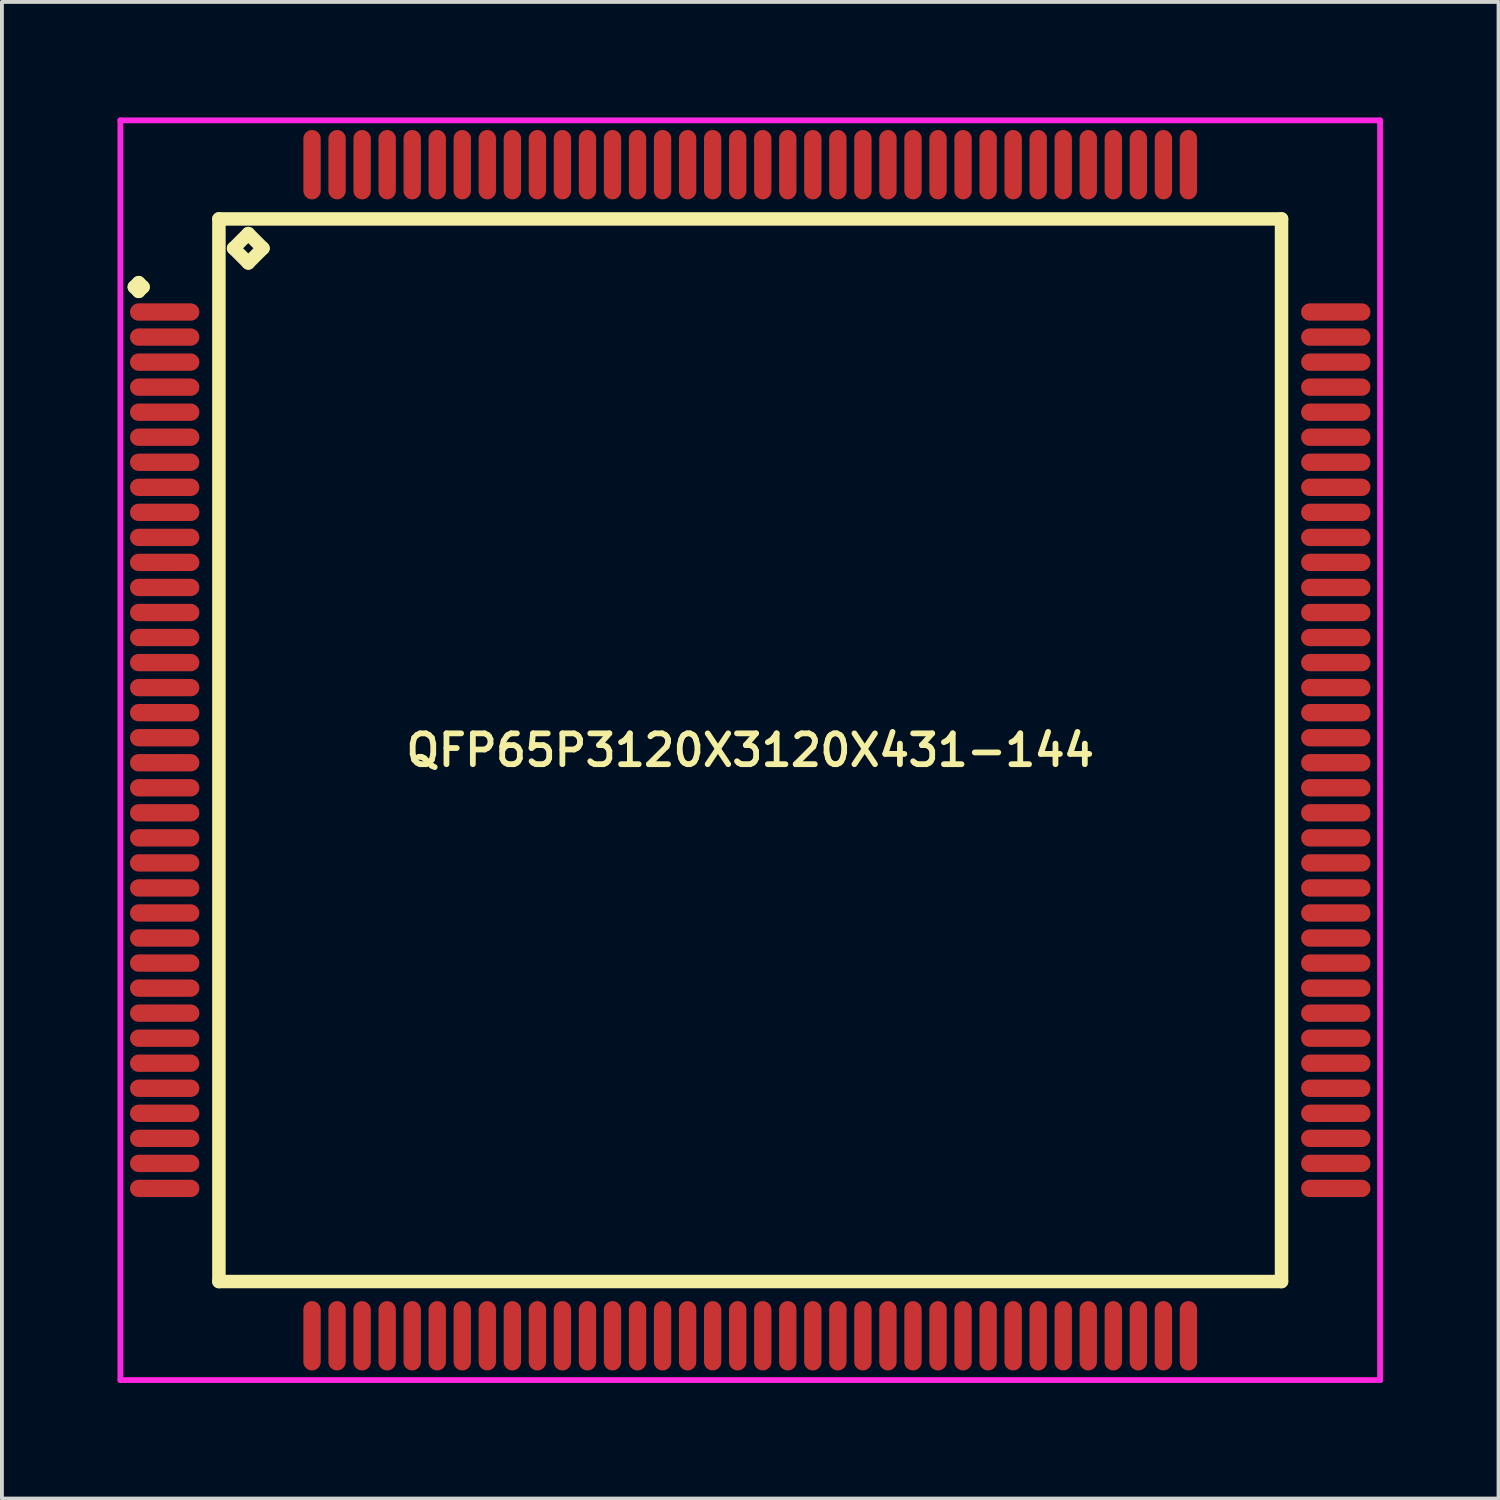
<source format=kicad_pcb>
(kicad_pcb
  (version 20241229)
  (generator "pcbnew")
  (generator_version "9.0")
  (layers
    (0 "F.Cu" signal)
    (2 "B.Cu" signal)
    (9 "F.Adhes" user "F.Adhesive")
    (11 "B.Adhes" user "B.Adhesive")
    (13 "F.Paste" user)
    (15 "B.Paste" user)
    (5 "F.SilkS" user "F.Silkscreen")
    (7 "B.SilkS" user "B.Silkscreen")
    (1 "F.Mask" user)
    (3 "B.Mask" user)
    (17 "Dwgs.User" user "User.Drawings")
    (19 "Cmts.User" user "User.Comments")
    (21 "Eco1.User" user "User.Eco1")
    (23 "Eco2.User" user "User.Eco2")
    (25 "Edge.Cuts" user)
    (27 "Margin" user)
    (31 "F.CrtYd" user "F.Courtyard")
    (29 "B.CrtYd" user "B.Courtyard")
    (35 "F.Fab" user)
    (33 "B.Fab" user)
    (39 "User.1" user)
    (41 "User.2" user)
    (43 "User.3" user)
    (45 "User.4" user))
  (footprint "QFP65P3120X3120X431-144"
    (layer "F.Cu")
    (at 16.425 16.425)
    (property "Reference" "QFP65P3120X3120X431-144" (at 0 0 0) (layer "F.SilkS") (effects (font (size 0.8 0.8) (thickness 0.15))))
    (attr through_hole)
    (fp_line (start -15.988 -12.025) (end -15.875 -12.137) (stroke (width 0.35) (type solid)) (layer "F.SilkS"))
    (fp_line (start -15.875 -12.137) (end -15.762 -12.025) (stroke (width 0.35) (type solid)) (layer "F.SilkS"))
    (fp_line (start -15.875 -11.912) (end -15.988 -12.025) (stroke (width 0.35) (type solid)) (layer "F.SilkS"))
    (fp_line (start -15.762 -12.025) (end -15.875 -11.912) (stroke (width 0.35) (type solid)) (layer "F.SilkS"))
    (fp_line (start -13.792 -13.792) (end -13.792 13.792) (stroke (width 0.35) (type solid)) (layer "F.SilkS"))
    (fp_line (start -13.792 13.792) (end 13.792 13.792) (stroke (width 0.35) (type solid)) (layer "F.SilkS"))
    (fp_line (start -13.411 -13.03) (end -13.03 -13.411) (stroke (width 0.35) (type solid)) (layer "F.SilkS"))
    (fp_line (start -13.03 -13.411) (end -12.649 -13.03) (stroke (width 0.35) (type solid)) (layer "F.SilkS"))
    (fp_line (start -13.03 -12.649) (end -13.411 -13.03) (stroke (width 0.35) (type solid)) (layer "F.SilkS"))
    (fp_line (start -12.649 -13.03) (end -13.03 -12.649) (stroke (width 0.35) (type solid)) (layer "F.SilkS"))
    (fp_line (start 13.792 -13.792) (end -13.792 -13.792) (stroke (width 0.35) (type solid)) (layer "F.SilkS"))
    (fp_line (start 13.792 13.792) (end 13.792 -13.792) (stroke (width 0.35) (type solid)) (layer "F.SilkS"))
    (fp_line (start -16.35 -16.35) (end 16.35 -16.35) (stroke (width 0.15) (type solid)) (layer "F.CrtYd"))
    (fp_line (start -16.35 16.35) (end -16.35 -16.35) (stroke (width 0.15) (type solid)) (layer "F.CrtYd"))
    (fp_line (start 16.35 -16.35) (end 16.35 16.35) (stroke (width 0.15) (type solid)) (layer "F.CrtYd"))
    (fp_line (start 16.35 16.35) (end -16.35 16.35) (stroke (width 0.15) (type solid)) (layer "F.CrtYd"))
    (pad "1" smd oval (at -15.2 -11.375) (size 1.8 0.45) (layers "F.Cu" "F.Mask" "F.Paste"))
    (pad "2" smd oval (at -15.2 -10.725) (size 1.8 0.45) (layers "F.Cu" "F.Mask" "F.Paste"))
    (pad "3" smd oval (at -15.2 -10.075) (size 1.8 0.45) (layers "F.Cu" "F.Mask" "F.Paste"))
    (pad "4" smd oval (at -15.2 -9.425) (size 1.8 0.45) (layers "F.Cu" "F.Mask" "F.Paste"))
    (pad "5" smd oval (at -15.2 -8.775) (size 1.8 0.45) (layers "F.Cu" "F.Mask" "F.Paste"))
    (pad "6" smd oval (at -15.2 -8.125) (size 1.8 0.45) (layers "F.Cu" "F.Mask" "F.Paste"))
    (pad "7" smd oval (at -15.2 -7.475) (size 1.8 0.45) (layers "F.Cu" "F.Mask" "F.Paste"))
    (pad "8" smd oval (at -15.2 -6.825) (size 1.8 0.45) (layers "F.Cu" "F.Mask" "F.Paste"))
    (pad "9" smd oval (at -15.2 -6.175) (size 1.8 0.45) (layers "F.Cu" "F.Mask" "F.Paste"))
    (pad "10" smd oval (at -15.2 -5.525) (size 1.8 0.45) (layers "F.Cu" "F.Mask" "F.Paste"))
    (pad "11" smd oval (at -15.2 -4.875) (size 1.8 0.45) (layers "F.Cu" "F.Mask" "F.Paste"))
    (pad "12" smd oval (at -15.2 -4.225) (size 1.8 0.45) (layers "F.Cu" "F.Mask" "F.Paste"))
    (pad "13" smd oval (at -15.2 -3.575) (size 1.8 0.45) (layers "F.Cu" "F.Mask" "F.Paste"))
    (pad "14" smd oval (at -15.2 -2.925) (size 1.8 0.45) (layers "F.Cu" "F.Mask" "F.Paste"))
    (pad "15" smd oval (at -15.2 -2.275) (size 1.8 0.45) (layers "F.Cu" "F.Mask" "F.Paste"))
    (pad "16" smd oval (at -15.2 -1.625) (size 1.8 0.45) (layers "F.Cu" "F.Mask" "F.Paste"))
    (pad "17" smd oval (at -15.2 -0.975) (size 1.8 0.45) (layers "F.Cu" "F.Mask" "F.Paste"))
    (pad "18" smd oval (at -15.2 -0.325) (size 1.8 0.45) (layers "F.Cu" "F.Mask" "F.Paste"))
    (pad "19" smd oval (at -15.2 0.325) (size 1.8 0.45) (layers "F.Cu" "F.Mask" "F.Paste"))
    (pad "20" smd oval (at -15.2 0.975) (size 1.8 0.45) (layers "F.Cu" "F.Mask" "F.Paste"))
    (pad "21" smd oval (at -15.2 1.625) (size 1.8 0.45) (layers "F.Cu" "F.Mask" "F.Paste"))
    (pad "22" smd oval (at -15.2 2.275) (size 1.8 0.45) (layers "F.Cu" "F.Mask" "F.Paste"))
    (pad "23" smd oval (at -15.2 2.925) (size 1.8 0.45) (layers "F.Cu" "F.Mask" "F.Paste"))
    (pad "24" smd oval (at -15.2 3.575) (size 1.8 0.45) (layers "F.Cu" "F.Mask" "F.Paste"))
    (pad "25" smd oval (at -15.2 4.225) (size 1.8 0.45) (layers "F.Cu" "F.Mask" "F.Paste"))
    (pad "26" smd oval (at -15.2 4.875) (size 1.8 0.45) (layers "F.Cu" "F.Mask" "F.Paste"))
    (pad "27" smd oval (at -15.2 5.525) (size 1.8 0.45) (layers "F.Cu" "F.Mask" "F.Paste"))
    (pad "28" smd oval (at -15.2 6.175) (size 1.8 0.45) (layers "F.Cu" "F.Mask" "F.Paste"))
    (pad "29" smd oval (at -15.2 6.825) (size 1.8 0.45) (layers "F.Cu" "F.Mask" "F.Paste"))
    (pad "30" smd oval (at -15.2 7.475) (size 1.8 0.45) (layers "F.Cu" "F.Mask" "F.Paste"))
    (pad "31" smd oval (at -15.2 8.125) (size 1.8 0.45) (layers "F.Cu" "F.Mask" "F.Paste"))
    (pad "32" smd oval (at -15.2 8.775) (size 1.8 0.45) (layers "F.Cu" "F.Mask" "F.Paste"))
    (pad "33" smd oval (at -15.2 9.425) (size 1.8 0.45) (layers "F.Cu" "F.Mask" "F.Paste"))
    (pad "34" smd oval (at -15.2 10.075) (size 1.8 0.45) (layers "F.Cu" "F.Mask" "F.Paste"))
    (pad "35" smd oval (at -15.2 10.725) (size 1.8 0.45) (layers "F.Cu" "F.Mask" "F.Paste"))
    (pad "36" smd oval (at -15.2 11.375) (size 1.8 0.45) (layers "F.Cu" "F.Mask" "F.Paste"))
    (pad "37" smd oval (at -11.375 15.2) (size 0.45 1.8) (layers "F.Cu" "F.Mask" "F.Paste"))
    (pad "38" smd oval (at -10.725 15.2) (size 0.45 1.8) (layers "F.Cu" "F.Mask" "F.Paste"))
    (pad "39" smd oval (at -10.075 15.2) (size 0.45 1.8) (layers "F.Cu" "F.Mask" "F.Paste"))
    (pad "40" smd oval (at -9.425 15.2) (size 0.45 1.8) (layers "F.Cu" "F.Mask" "F.Paste"))
    (pad "41" smd oval (at -8.775 15.2) (size 0.45 1.8) (layers "F.Cu" "F.Mask" "F.Paste"))
    (pad "42" smd oval (at -8.125 15.2) (size 0.45 1.8) (layers "F.Cu" "F.Mask" "F.Paste"))
    (pad "43" smd oval (at -7.475 15.2) (size 0.45 1.8) (layers "F.Cu" "F.Mask" "F.Paste"))
    (pad "44" smd oval (at -6.825 15.2) (size 0.45 1.8) (layers "F.Cu" "F.Mask" "F.Paste"))
    (pad "45" smd oval (at -6.175 15.2) (size 0.45 1.8) (layers "F.Cu" "F.Mask" "F.Paste"))
    (pad "46" smd oval (at -5.525 15.2) (size 0.45 1.8) (layers "F.Cu" "F.Mask" "F.Paste"))
    (pad "47" smd oval (at -4.875 15.2) (size 0.45 1.8) (layers "F.Cu" "F.Mask" "F.Paste"))
    (pad "48" smd oval (at -4.225 15.2) (size 0.45 1.8) (layers "F.Cu" "F.Mask" "F.Paste"))
    (pad "49" smd oval (at -3.575 15.2) (size 0.45 1.8) (layers "F.Cu" "F.Mask" "F.Paste"))
    (pad "50" smd oval (at -2.925 15.2) (size 0.45 1.8) (layers "F.Cu" "F.Mask" "F.Paste"))
    (pad "51" smd oval (at -2.275 15.2) (size 0.45 1.8) (layers "F.Cu" "F.Mask" "F.Paste"))
    (pad "52" smd oval (at -1.625 15.2) (size 0.45 1.8) (layers "F.Cu" "F.Mask" "F.Paste"))
    (pad "53" smd oval (at -0.975 15.2) (size 0.45 1.8) (layers "F.Cu" "F.Mask" "F.Paste"))
    (pad "54" smd oval (at -0.325 15.2) (size 0.45 1.8) (layers "F.Cu" "F.Mask" "F.Paste"))
    (pad "55" smd oval (at 0.325 15.2) (size 0.45 1.8) (layers "F.Cu" "F.Mask" "F.Paste"))
    (pad "56" smd oval (at 0.975 15.2) (size 0.45 1.8) (layers "F.Cu" "F.Mask" "F.Paste"))
    (pad "57" smd oval (at 1.625 15.2) (size 0.45 1.8) (layers "F.Cu" "F.Mask" "F.Paste"))
    (pad "58" smd oval (at 2.275 15.2) (size 0.45 1.8) (layers "F.Cu" "F.Mask" "F.Paste"))
    (pad "59" smd oval (at 2.925 15.2) (size 0.45 1.8) (layers "F.Cu" "F.Mask" "F.Paste"))
    (pad "60" smd oval (at 3.575 15.2) (size 0.45 1.8) (layers "F.Cu" "F.Mask" "F.Paste"))
    (pad "61" smd oval (at 4.225 15.2) (size 0.45 1.8) (layers "F.Cu" "F.Mask" "F.Paste"))
    (pad "62" smd oval (at 4.875 15.2) (size 0.45 1.8) (layers "F.Cu" "F.Mask" "F.Paste"))
    (pad "63" smd oval (at 5.525 15.2) (size 0.45 1.8) (layers "F.Cu" "F.Mask" "F.Paste"))
    (pad "64" smd oval (at 6.175 15.2) (size 0.45 1.8) (layers "F.Cu" "F.Mask" "F.Paste"))
    (pad "65" smd oval (at 6.825 15.2) (size 0.45 1.8) (layers "F.Cu" "F.Mask" "F.Paste"))
    (pad "66" smd oval (at 7.475 15.2) (size 0.45 1.8) (layers "F.Cu" "F.Mask" "F.Paste"))
    (pad "67" smd oval (at 8.125 15.2) (size 0.45 1.8) (layers "F.Cu" "F.Mask" "F.Paste"))
    (pad "68" smd oval (at 8.775 15.2) (size 0.45 1.8) (layers "F.Cu" "F.Mask" "F.Paste"))
    (pad "69" smd oval (at 9.425 15.2) (size 0.45 1.8) (layers "F.Cu" "F.Mask" "F.Paste"))
    (pad "70" smd oval (at 10.075 15.2) (size 0.45 1.8) (layers "F.Cu" "F.Mask" "F.Paste"))
    (pad "71" smd oval (at 10.725 15.2) (size 0.45 1.8) (layers "F.Cu" "F.Mask" "F.Paste"))
    (pad "72" smd oval (at 11.375 15.2) (size 0.45 1.8) (layers "F.Cu" "F.Mask" "F.Paste"))
    (pad "73" smd oval (at 15.2 11.375) (size 1.8 0.45) (layers "F.Cu" "F.Mask" "F.Paste"))
    (pad "74" smd oval (at 15.2 10.725) (size 1.8 0.45) (layers "F.Cu" "F.Mask" "F.Paste"))
    (pad "75" smd oval (at 15.2 10.075) (size 1.8 0.45) (layers "F.Cu" "F.Mask" "F.Paste"))
    (pad "76" smd oval (at 15.2 9.425) (size 1.8 0.45) (layers "F.Cu" "F.Mask" "F.Paste"))
    (pad "77" smd oval (at 15.2 8.775) (size 1.8 0.45) (layers "F.Cu" "F.Mask" "F.Paste"))
    (pad "78" smd oval (at 15.2 8.125) (size 1.8 0.45) (layers "F.Cu" "F.Mask" "F.Paste"))
    (pad "79" smd oval (at 15.2 7.475) (size 1.8 0.45) (layers "F.Cu" "F.Mask" "F.Paste"))
    (pad "80" smd oval (at 15.2 6.825) (size 1.8 0.45) (layers "F.Cu" "F.Mask" "F.Paste"))
    (pad "81" smd oval (at 15.2 6.175) (size 1.8 0.45) (layers "F.Cu" "F.Mask" "F.Paste"))
    (pad "82" smd oval (at 15.2 5.525) (size 1.8 0.45) (layers "F.Cu" "F.Mask" "F.Paste"))
    (pad "83" smd oval (at 15.2 4.875) (size 1.8 0.45) (layers "F.Cu" "F.Mask" "F.Paste"))
    (pad "84" smd oval (at 15.2 4.225) (size 1.8 0.45) (layers "F.Cu" "F.Mask" "F.Paste"))
    (pad "85" smd oval (at 15.2 3.575) (size 1.8 0.45) (layers "F.Cu" "F.Mask" "F.Paste"))
    (pad "86" smd oval (at 15.2 2.925) (size 1.8 0.45) (layers "F.Cu" "F.Mask" "F.Paste"))
    (pad "87" smd oval (at 15.2 2.275) (size 1.8 0.45) (layers "F.Cu" "F.Mask" "F.Paste"))
    (pad "88" smd oval (at 15.2 1.625) (size 1.8 0.45) (layers "F.Cu" "F.Mask" "F.Paste"))
    (pad "89" smd oval (at 15.2 0.975) (size 1.8 0.45) (layers "F.Cu" "F.Mask" "F.Paste"))
    (pad "90" smd oval (at 15.2 0.325) (size 1.8 0.45) (layers "F.Cu" "F.Mask" "F.Paste"))
    (pad "91" smd oval (at 15.2 -0.325) (size 1.8 0.45) (layers "F.Cu" "F.Mask" "F.Paste"))
    (pad "92" smd oval (at 15.2 -0.975) (size 1.8 0.45) (layers "F.Cu" "F.Mask" "F.Paste"))
    (pad "93" smd oval (at 15.2 -1.625) (size 1.8 0.45) (layers "F.Cu" "F.Mask" "F.Paste"))
    (pad "94" smd oval (at 15.2 -2.275) (size 1.8 0.45) (layers "F.Cu" "F.Mask" "F.Paste"))
    (pad "95" smd oval (at 15.2 -2.925) (size 1.8 0.45) (layers "F.Cu" "F.Mask" "F.Paste"))
    (pad "96" smd oval (at 15.2 -3.575) (size 1.8 0.45) (layers "F.Cu" "F.Mask" "F.Paste"))
    (pad "97" smd oval (at 15.2 -4.225) (size 1.8 0.45) (layers "F.Cu" "F.Mask" "F.Paste"))
    (pad "98" smd oval (at 15.2 -4.875) (size 1.8 0.45) (layers "F.Cu" "F.Mask" "F.Paste"))
    (pad "99" smd oval (at 15.2 -5.525) (size 1.8 0.45) (layers "F.Cu" "F.Mask" "F.Paste"))
    (pad "100" smd oval (at 15.2 -6.175) (size 1.8 0.45) (layers "F.Cu" "F.Mask" "F.Paste"))
    (pad "101" smd oval (at 15.2 -6.825) (size 1.8 0.45) (layers "F.Cu" "F.Mask" "F.Paste"))
    (pad "102" smd oval (at 15.2 -7.475) (size 1.8 0.45) (layers "F.Cu" "F.Mask" "F.Paste"))
    (pad "103" smd oval (at 15.2 -8.125) (size 1.8 0.45) (layers "F.Cu" "F.Mask" "F.Paste"))
    (pad "104" smd oval (at 15.2 -8.775) (size 1.8 0.45) (layers "F.Cu" "F.Mask" "F.Paste"))
    (pad "105" smd oval (at 15.2 -9.425) (size 1.8 0.45) (layers "F.Cu" "F.Mask" "F.Paste"))
    (pad "106" smd oval (at 15.2 -10.075) (size 1.8 0.45) (layers "F.Cu" "F.Mask" "F.Paste"))
    (pad "107" smd oval (at 15.2 -10.725) (size 1.8 0.45) (layers "F.Cu" "F.Mask" "F.Paste"))
    (pad "108" smd oval (at 15.2 -11.375) (size 1.8 0.45) (layers "F.Cu" "F.Mask" "F.Paste"))
    (pad "109" smd oval (at 11.375 -15.2) (size 0.45 1.8) (layers "F.Cu" "F.Mask" "F.Paste"))
    (pad "110" smd oval (at 10.725 -15.2) (size 0.45 1.8) (layers "F.Cu" "F.Mask" "F.Paste"))
    (pad "111" smd oval (at 10.075 -15.2) (size 0.45 1.8) (layers "F.Cu" "F.Mask" "F.Paste"))
    (pad "112" smd oval (at 9.425 -15.2) (size 0.45 1.8) (layers "F.Cu" "F.Mask" "F.Paste"))
    (pad "113" smd oval (at 8.775 -15.2) (size 0.45 1.8) (layers "F.Cu" "F.Mask" "F.Paste"))
    (pad "114" smd oval (at 8.125 -15.2) (size 0.45 1.8) (layers "F.Cu" "F.Mask" "F.Paste"))
    (pad "115" smd oval (at 7.475 -15.2) (size 0.45 1.8) (layers "F.Cu" "F.Mask" "F.Paste"))
    (pad "116" smd oval (at 6.825 -15.2) (size 0.45 1.8) (layers "F.Cu" "F.Mask" "F.Paste"))
    (pad "117" smd oval (at 6.175 -15.2) (size 0.45 1.8) (layers "F.Cu" "F.Mask" "F.Paste"))
    (pad "118" smd oval (at 5.525 -15.2) (size 0.45 1.8) (layers "F.Cu" "F.Mask" "F.Paste"))
    (pad "119" smd oval (at 4.875 -15.2) (size 0.45 1.8) (layers "F.Cu" "F.Mask" "F.Paste"))
    (pad "120" smd oval (at 4.225 -15.2) (size 0.45 1.8) (layers "F.Cu" "F.Mask" "F.Paste"))
    (pad "121" smd oval (at 3.575 -15.2) (size 0.45 1.8) (layers "F.Cu" "F.Mask" "F.Paste"))
    (pad "122" smd oval (at 2.925 -15.2) (size 0.45 1.8) (layers "F.Cu" "F.Mask" "F.Paste"))
    (pad "123" smd oval (at 2.275 -15.2) (size 0.45 1.8) (layers "F.Cu" "F.Mask" "F.Paste"))
    (pad "124" smd oval (at 1.625 -15.2) (size 0.45 1.8) (layers "F.Cu" "F.Mask" "F.Paste"))
    (pad "125" smd oval (at 0.975 -15.2) (size 0.45 1.8) (layers "F.Cu" "F.Mask" "F.Paste"))
    (pad "126" smd oval (at 0.325 -15.2) (size 0.45 1.8) (layers "F.Cu" "F.Mask" "F.Paste"))
    (pad "127" smd oval (at -0.325 -15.2) (size 0.45 1.8) (layers "F.Cu" "F.Mask" "F.Paste"))
    (pad "128" smd oval (at -0.975 -15.2) (size 0.45 1.8) (layers "F.Cu" "F.Mask" "F.Paste"))
    (pad "129" smd oval (at -1.625 -15.2) (size 0.45 1.8) (layers "F.Cu" "F.Mask" "F.Paste"))
    (pad "130" smd oval (at -2.275 -15.2) (size 0.45 1.8) (layers "F.Cu" "F.Mask" "F.Paste"))
    (pad "131" smd oval (at -2.925 -15.2) (size 0.45 1.8) (layers "F.Cu" "F.Mask" "F.Paste"))
    (pad "132" smd oval (at -3.575 -15.2) (size 0.45 1.8) (layers "F.Cu" "F.Mask" "F.Paste"))
    (pad "133" smd oval (at -4.225 -15.2) (size 0.45 1.8) (layers "F.Cu" "F.Mask" "F.Paste"))
    (pad "134" smd oval (at -4.875 -15.2) (size 0.45 1.8) (layers "F.Cu" "F.Mask" "F.Paste"))
    (pad "135" smd oval (at -5.525 -15.2) (size 0.45 1.8) (layers "F.Cu" "F.Mask" "F.Paste"))
    (pad "136" smd oval (at -6.175 -15.2) (size 0.45 1.8) (layers "F.Cu" "F.Mask" "F.Paste"))
    (pad "137" smd oval (at -6.825 -15.2) (size 0.45 1.8) (layers "F.Cu" "F.Mask" "F.Paste"))
    (pad "138" smd oval (at -7.475 -15.2) (size 0.45 1.8) (layers "F.Cu" "F.Mask" "F.Paste"))
    (pad "139" smd oval (at -8.125 -15.2) (size 0.45 1.8) (layers "F.Cu" "F.Mask" "F.Paste"))
    (pad "140" smd oval (at -8.775 -15.2) (size 0.45 1.8) (layers "F.Cu" "F.Mask" "F.Paste"))
    (pad "141" smd oval (at -9.425 -15.2) (size 0.45 1.8) (layers "F.Cu" "F.Mask" "F.Paste"))
    (pad "142" smd oval (at -10.075 -15.2) (size 0.45 1.8) (layers "F.Cu" "F.Mask" "F.Paste"))
    (pad "143" smd oval (at -10.725 -15.2) (size 0.45 1.8) (layers "F.Cu" "F.Mask" "F.Paste"))
    (pad "144" smd oval (at -11.375 -15.2) (size 0.45 1.8) (layers "F.Cu" "F.Mask" "F.Paste")))
  (gr_rect
    (start -3 -3)
    (end 35.85 35.85)
    (stroke (width 0.1) (type default))
    (fill no)
    (layer "Edge.Cuts")))
</source>
